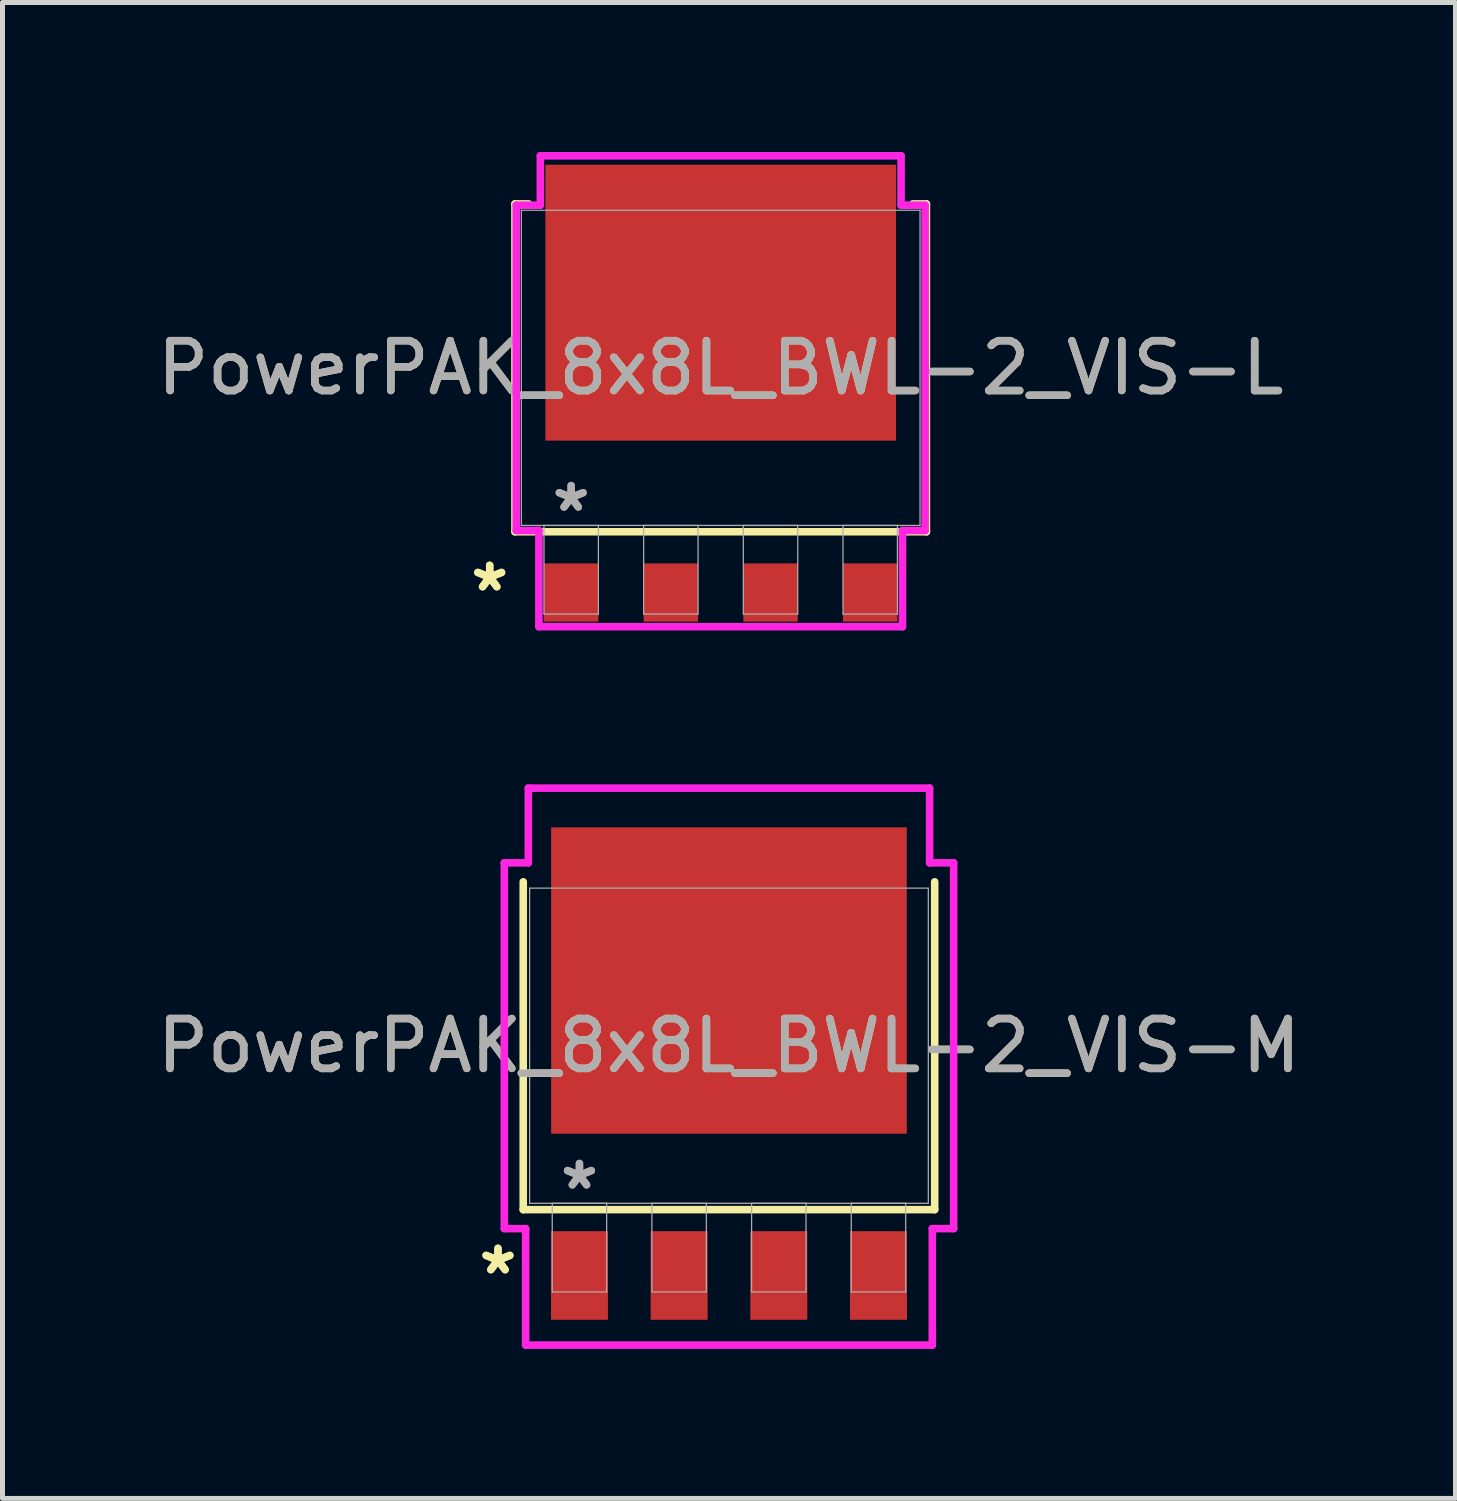
<source format=kicad_pcb>
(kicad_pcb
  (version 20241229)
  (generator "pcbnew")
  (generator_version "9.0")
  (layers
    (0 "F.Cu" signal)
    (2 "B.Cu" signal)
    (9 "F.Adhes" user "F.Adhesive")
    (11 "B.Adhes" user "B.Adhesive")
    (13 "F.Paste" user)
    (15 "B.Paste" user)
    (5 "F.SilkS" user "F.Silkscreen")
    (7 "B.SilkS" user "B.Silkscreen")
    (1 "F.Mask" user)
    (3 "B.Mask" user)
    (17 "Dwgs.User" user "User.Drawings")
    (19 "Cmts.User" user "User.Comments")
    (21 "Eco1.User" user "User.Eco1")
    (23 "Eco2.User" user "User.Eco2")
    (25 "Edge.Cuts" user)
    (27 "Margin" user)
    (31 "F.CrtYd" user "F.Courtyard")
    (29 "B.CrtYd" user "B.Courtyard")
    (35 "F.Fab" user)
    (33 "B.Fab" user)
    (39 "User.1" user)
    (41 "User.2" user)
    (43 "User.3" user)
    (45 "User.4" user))
  (footprint "PowerPAK_8x8L_BWL-2_VIS-M"
    (layer "F.Cu")
    (at 11.577 17.933)
    (property "Reference" "PowerPAK_8x8L_BWL-2_VIS-M" (at 0 0 0) (unlocked yes) (layer "F.SilkS") (effects (font (size 1 1) (thickness 0.15))))
    (attr smd)
    (fp_line (start -4.128 -3.289) (end -4.128 3.289) (stroke (width 0.152) (type solid)) (layer "F.SilkS"))
    (fp_line (start -4.128 3.289) (end 4.128 3.289) (stroke (width 0.152) (type solid)) (layer "F.SilkS"))
    (fp_line (start 4.128 3.289) (end 4.128 -3.289) (stroke (width 0.152) (type solid)) (layer "F.SilkS"))
    (fp_line (start -4.508 -3.67) (end -4.026 -3.67) (stroke (width 0.152) (type solid)) (layer "F.CrtYd"))
    (fp_line (start -4.508 3.67) (end -4.508 -3.67) (stroke (width 0.152) (type solid)) (layer "F.CrtYd"))
    (fp_line (start -4.08 3.67) (end -4.508 3.67) (stroke (width 0.152) (type solid)) (layer "F.CrtYd"))
    (fp_line (start -4.08 6.007) (end -4.08 3.67) (stroke (width 0.152) (type solid)) (layer "F.CrtYd"))
    (fp_line (start -4.026 -5.169) (end 4.026 -5.169) (stroke (width 0.152) (type solid)) (layer "F.CrtYd"))
    (fp_line (start -4.026 -3.67) (end -4.026 -5.169) (stroke (width 0.152) (type solid)) (layer "F.CrtYd"))
    (fp_line (start 4.026 -5.169) (end 4.026 -3.67) (stroke (width 0.152) (type solid)) (layer "F.CrtYd"))
    (fp_line (start 4.026 -3.67) (end 4.508 -3.67) (stroke (width 0.152) (type solid)) (layer "F.CrtYd"))
    (fp_line (start 4.08 3.67) (end 4.08 6.007) (stroke (width 0.152) (type solid)) (layer "F.CrtYd"))
    (fp_line (start 4.08 6.007) (end -4.08 6.007) (stroke (width 0.152) (type solid)) (layer "F.CrtYd"))
    (fp_line (start 4.508 -3.67) (end 4.508 3.67) (stroke (width 0.152) (type solid)) (layer "F.CrtYd"))
    (fp_line (start 4.508 3.67) (end 4.08 3.67) (stroke (width 0.152) (type solid)) (layer "F.CrtYd"))
    (fp_line (start -4 -3.162) (end -4 3.162) (stroke (width 0.025) (type solid)) (layer "F.Fab"))
    (fp_line (start -4 3.162) (end 4 3.162) (stroke (width 0.025) (type solid)) (layer "F.Fab"))
    (fp_line (start -3.546 3.162) (end -3.546 4.94) (stroke (width 0.025) (type solid)) (layer "F.Fab"))
    (fp_line (start -3.546 4.94) (end -2.454 4.94) (stroke (width 0.025) (type solid)) (layer "F.Fab"))
    (fp_line (start -2.454 3.162) (end -3.546 3.162) (stroke (width 0.025) (type solid)) (layer "F.Fab"))
    (fp_line (start -2.454 4.94) (end -2.454 3.162) (stroke (width 0.025) (type solid)) (layer "F.Fab"))
    (fp_line (start -1.546 3.162) (end -1.546 4.94) (stroke (width 0.025) (type solid)) (layer "F.Fab"))
    (fp_line (start -1.546 4.94) (end -0.454 4.94) (stroke (width 0.025) (type solid)) (layer "F.Fab"))
    (fp_line (start -0.454 3.162) (end -1.546 3.162) (stroke (width 0.025) (type solid)) (layer "F.Fab"))
    (fp_line (start -0.454 4.94) (end -0.454 3.162) (stroke (width 0.025) (type solid)) (layer "F.Fab"))
    (fp_line (start 0.454 3.162) (end 0.454 4.94) (stroke (width 0.025) (type solid)) (layer "F.Fab"))
    (fp_line (start 0.454 4.94) (end 1.546 4.94) (stroke (width 0.025) (type solid)) (layer "F.Fab"))
    (fp_line (start 1.546 3.162) (end 0.454 3.162) (stroke (width 0.025) (type solid)) (layer "F.Fab"))
    (fp_line (start 1.546 4.94) (end 1.546 3.162) (stroke (width 0.025) (type solid)) (layer "F.Fab"))
    (fp_line (start 2.454 3.162) (end 2.454 4.94) (stroke (width 0.025) (type solid)) (layer "F.Fab"))
    (fp_line (start 2.454 4.94) (end 3.546 4.94) (stroke (width 0.025) (type solid)) (layer "F.Fab"))
    (fp_line (start 3.546 3.162) (end 2.454 3.162) (stroke (width 0.025) (type solid)) (layer "F.Fab"))
    (fp_line (start 3.546 4.94) (end 3.546 3.162) (stroke (width 0.025) (type solid)) (layer "F.Fab"))
    (fp_line (start 4 -3.162) (end -4 -3.162) (stroke (width 0.025) (type solid)) (layer "F.Fab"))
    (fp_line (start 4 3.162) (end 4 -3.162) (stroke (width 0.025) (type solid)) (layer "F.Fab"))
    (fp_text user "*" (at -4.635 4.61 0) (unlocked yes) (layer "F.SilkS") (effects (font (size 1 1) (thickness 0.15))))
    (fp_text user "*" (at -4.635 4.61 0) (layer "F.SilkS") (effects (font (size 1 1) (thickness 0.15))))
    (fp_text user "${REFERENCE}" (at 0 0 0) (unlocked yes) (layer "F.Fab") (effects (font (size 1 1) (thickness 0.15))))
    (fp_text user "*" (at -3 2.908 0) (layer "F.Fab") (effects (font (size 1 1) (thickness 0.15))))
    (fp_text user "*" (at -3 2.908 0) (unlocked yes) (layer "F.Fab") (effects (font (size 1 1) (thickness 0.15))))
    (pad "1" smd rect (at -3 4.61) (size 1.143 1.778) (layers "F.Cu" "F.Mask" "F.Paste"))
    (pad "2" smd rect (at -1 4.61) (size 1.143 1.778) (layers "F.Cu" "F.Mask" "F.Paste"))
    (pad "3" smd rect (at 1 4.61) (size 1.143 1.778) (layers "F.Cu" "F.Mask" "F.Paste"))
    (pad "4" smd rect (at 3 4.61) (size 1.143 1.778) (layers "F.Cu" "F.Mask" "F.Paste"))
    (pad "5" smd rect (at 0 -1.308) (size 7.137 6.147) (layers "F.Cu" "F.Mask" "F.Paste")))
  (footprint "PowerPAK_8x8L_BWL-2_VIS-L"
    (layer "F.Cu")
    (at 11.411 4.331)
    (property "Reference" "PowerPAK_8x8L_BWL-2_VIS-L" (at 0 0 0) (unlocked yes) (layer "F.SilkS") (effects (font (size 1 1) (thickness 0.15))))
    (attr smd)
    (fp_line (start -4.128 -3.289) (end -4.128 3.289) (stroke (width 0.152) (type solid)) (layer "F.SilkS"))
    (fp_line (start -4.128 3.289) (end 4.128 3.289) (stroke (width 0.152) (type solid)) (layer "F.SilkS"))
    (fp_line (start -3.851 -3.289) (end -4.128 -3.289) (stroke (width 0.152) (type solid)) (layer "F.SilkS"))
    (fp_line (start 4.128 -3.289) (end 3.851 -3.289) (stroke (width 0.152) (type solid)) (layer "F.SilkS"))
    (fp_line (start 4.128 3.289) (end 4.128 -3.289) (stroke (width 0.152) (type solid)) (layer "F.SilkS"))
    (fp_line (start -4.102 -3.264) (end -3.619 -3.264) (stroke (width 0.152) (type solid)) (layer "F.CrtYd"))
    (fp_line (start -4.102 3.264) (end -4.102 -3.264) (stroke (width 0.152) (type solid)) (layer "F.CrtYd"))
    (fp_line (start -3.648 3.264) (end -4.102 3.264) (stroke (width 0.152) (type solid)) (layer "F.CrtYd"))
    (fp_line (start -3.648 5.194) (end -3.648 3.264) (stroke (width 0.152) (type solid)) (layer "F.CrtYd"))
    (fp_line (start -3.619 -4.255) (end 3.619 -4.255) (stroke (width 0.152) (type solid)) (layer "F.CrtYd"))
    (fp_line (start -3.619 -3.264) (end -3.619 -4.255) (stroke (width 0.152) (type solid)) (layer "F.CrtYd"))
    (fp_line (start 3.619 -4.255) (end 3.619 -3.264) (stroke (width 0.152) (type solid)) (layer "F.CrtYd"))
    (fp_line (start 3.619 -3.264) (end 4.102 -3.264) (stroke (width 0.152) (type solid)) (layer "F.CrtYd"))
    (fp_line (start 3.648 3.264) (end 3.648 5.194) (stroke (width 0.152) (type solid)) (layer "F.CrtYd"))
    (fp_line (start 3.648 5.194) (end -3.648 5.194) (stroke (width 0.152) (type solid)) (layer "F.CrtYd"))
    (fp_line (start 4.102 -3.264) (end 4.102 3.264) (stroke (width 0.152) (type solid)) (layer "F.CrtYd"))
    (fp_line (start 4.102 3.264) (end 3.648 3.264) (stroke (width 0.152) (type solid)) (layer "F.CrtYd"))
    (fp_line (start -4 -3.162) (end -4 3.162) (stroke (width 0.025) (type solid)) (layer "F.Fab"))
    (fp_line (start -4 3.162) (end 4 3.162) (stroke (width 0.025) (type solid)) (layer "F.Fab"))
    (fp_line (start -3.546 3.162) (end -3.546 4.94) (stroke (width 0.025) (type solid)) (layer "F.Fab"))
    (fp_line (start -3.546 4.94) (end -2.454 4.94) (stroke (width 0.025) (type solid)) (layer "F.Fab"))
    (fp_line (start -2.454 3.162) (end -3.546 3.162) (stroke (width 0.025) (type solid)) (layer "F.Fab"))
    (fp_line (start -2.454 4.94) (end -2.454 3.162) (stroke (width 0.025) (type solid)) (layer "F.Fab"))
    (fp_line (start -1.546 3.162) (end -1.546 4.94) (stroke (width 0.025) (type solid)) (layer "F.Fab"))
    (fp_line (start -1.546 4.94) (end -0.454 4.94) (stroke (width 0.025) (type solid)) (layer "F.Fab"))
    (fp_line (start -0.454 3.162) (end -1.546 3.162) (stroke (width 0.025) (type solid)) (layer "F.Fab"))
    (fp_line (start -0.454 4.94) (end -0.454 3.162) (stroke (width 0.025) (type solid)) (layer "F.Fab"))
    (fp_line (start 0.454 3.162) (end 0.454 4.94) (stroke (width 0.025) (type solid)) (layer "F.Fab"))
    (fp_line (start 0.454 4.94) (end 1.546 4.94) (stroke (width 0.025) (type solid)) (layer "F.Fab"))
    (fp_line (start 1.546 3.162) (end 0.454 3.162) (stroke (width 0.025) (type solid)) (layer "F.Fab"))
    (fp_line (start 1.546 4.94) (end 1.546 3.162) (stroke (width 0.025) (type solid)) (layer "F.Fab"))
    (fp_line (start 2.454 3.162) (end 2.454 4.94) (stroke (width 0.025) (type solid)) (layer "F.Fab"))
    (fp_line (start 2.454 4.94) (end 3.546 4.94) (stroke (width 0.025) (type solid)) (layer "F.Fab"))
    (fp_line (start 3.546 3.162) (end 2.454 3.162) (stroke (width 0.025) (type solid)) (layer "F.Fab"))
    (fp_line (start 3.546 4.94) (end 3.546 3.162) (stroke (width 0.025) (type solid)) (layer "F.Fab"))
    (fp_line (start 4 -3.162) (end -4 -3.162) (stroke (width 0.025) (type solid)) (layer "F.Fab"))
    (fp_line (start 4 3.162) (end 4 -3.162) (stroke (width 0.025) (type solid)) (layer "F.Fab"))
    (fp_text user "*" (at -4.635 4.508 0) (layer "F.SilkS") (effects (font (size 1 1) (thickness 0.15))))
    (fp_text user "*" (at -4.635 4.508 0) (unlocked yes) (layer "F.SilkS") (effects (font (size 1 1) (thickness 0.15))))
    (fp_text user "*" (at -3 2.908 0) (unlocked yes) (layer "F.Fab") (effects (font (size 1 1) (thickness 0.15))))
    (fp_text user "${REFERENCE}" (at 0 0 0) (unlocked yes) (layer "F.Fab") (effects (font (size 1 1) (thickness 0.15))))
    (fp_text user "*" (at -3 2.908 0) (layer "F.Fab") (effects (font (size 1 1) (thickness 0.15))))
    (pad "1" smd rect (at -3 4.508) (size 1.092 1.168) (layers "F.Cu" "F.Mask" "F.Paste"))
    (pad "2" smd rect (at -1 4.508) (size 1.092 1.168) (layers "F.Cu" "F.Mask" "F.Paste"))
    (pad "3" smd rect (at 1 4.508) (size 1.092 1.168) (layers "F.Cu" "F.Mask" "F.Paste"))
    (pad "4" smd rect (at 3 4.508) (size 1.092 1.168) (layers "F.Cu" "F.Mask" "F.Paste"))
    (pad "5" smd rect (at 0 -1.308) (size 7.036 5.537) (layers "F.Cu" "F.Mask" "F.Paste")))
  (gr_rect
    (start -3 -3)
    (end 26.155 27.016)
    (stroke (width 0.1) (type default))
    (fill no)
    (layer "Edge.Cuts")))
</source>
